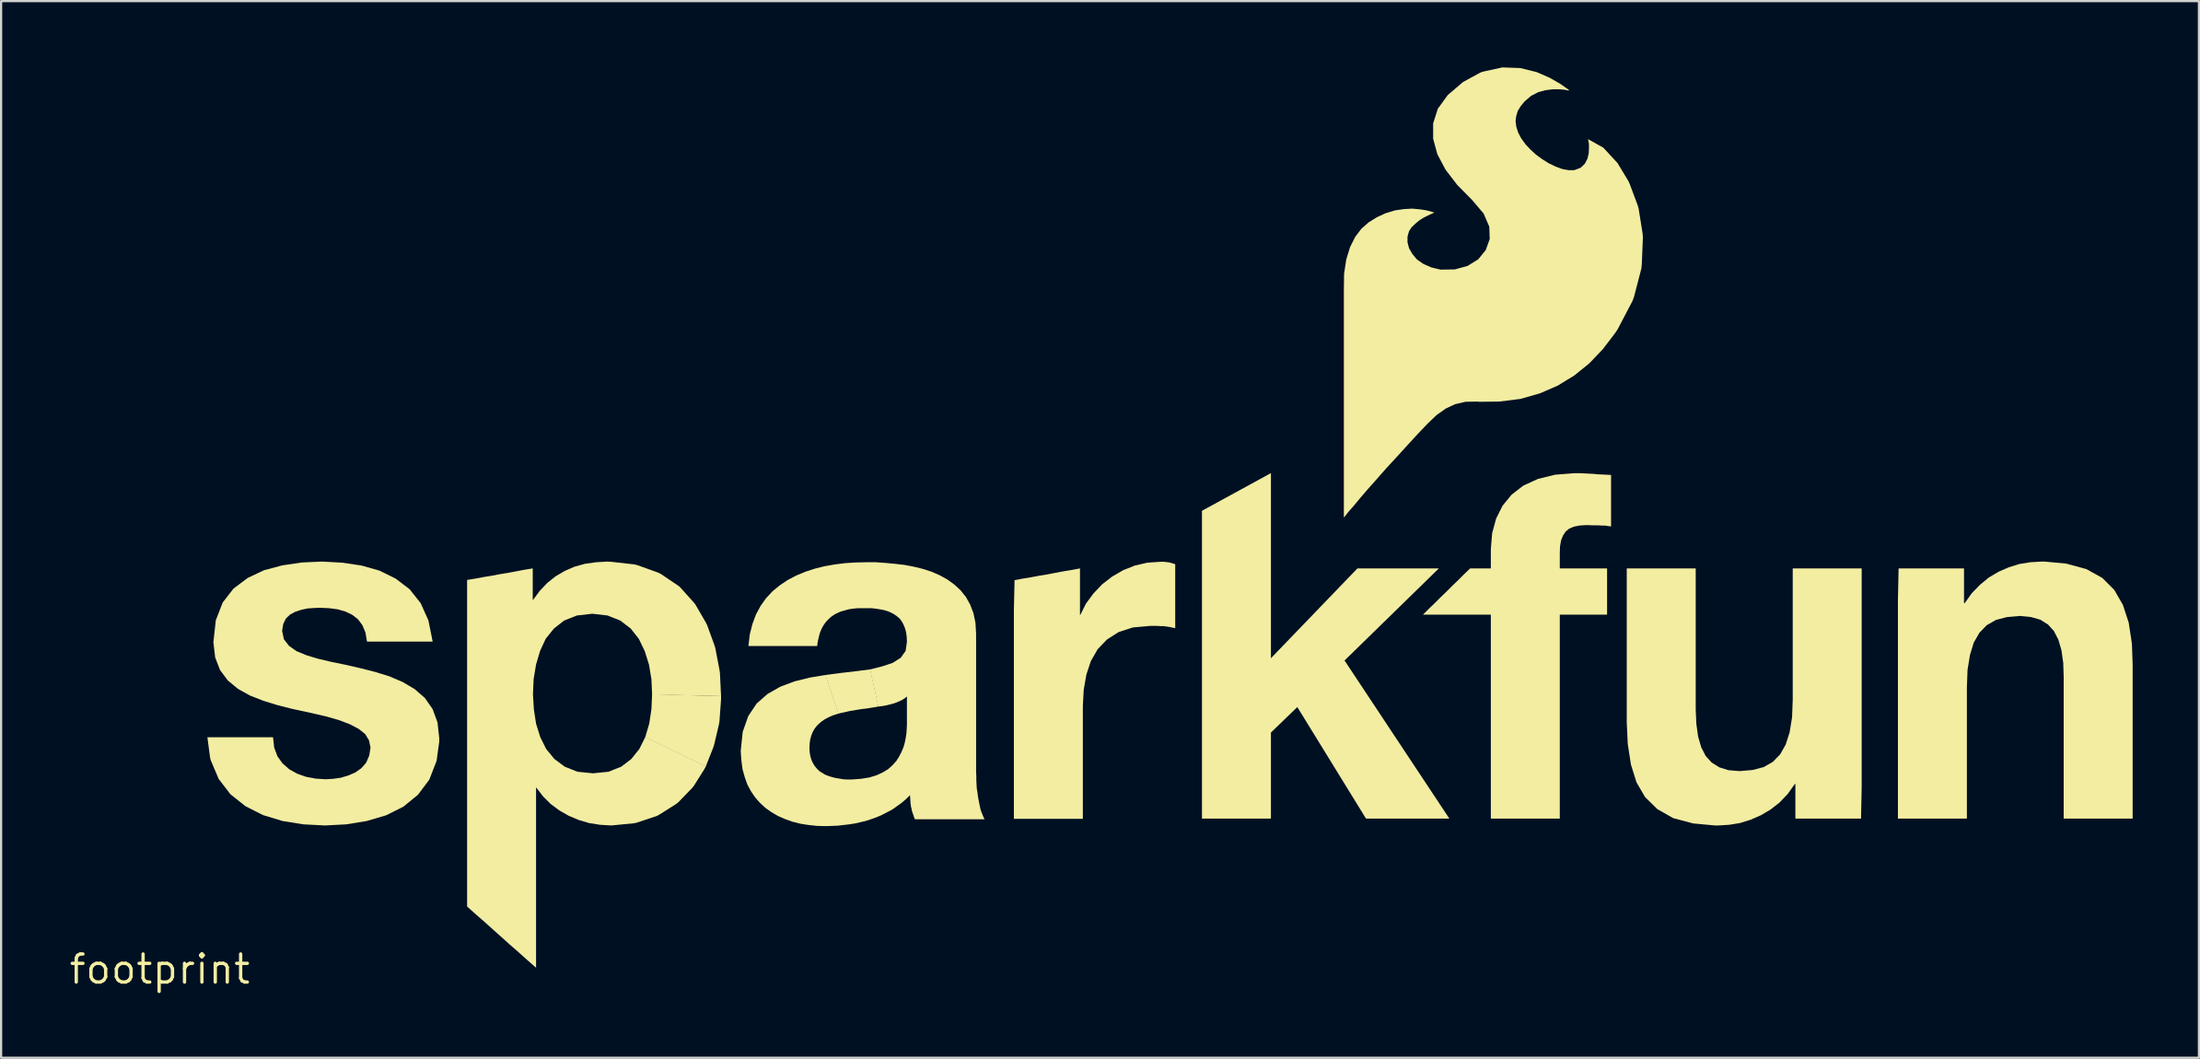
<source format=kicad_pcb>
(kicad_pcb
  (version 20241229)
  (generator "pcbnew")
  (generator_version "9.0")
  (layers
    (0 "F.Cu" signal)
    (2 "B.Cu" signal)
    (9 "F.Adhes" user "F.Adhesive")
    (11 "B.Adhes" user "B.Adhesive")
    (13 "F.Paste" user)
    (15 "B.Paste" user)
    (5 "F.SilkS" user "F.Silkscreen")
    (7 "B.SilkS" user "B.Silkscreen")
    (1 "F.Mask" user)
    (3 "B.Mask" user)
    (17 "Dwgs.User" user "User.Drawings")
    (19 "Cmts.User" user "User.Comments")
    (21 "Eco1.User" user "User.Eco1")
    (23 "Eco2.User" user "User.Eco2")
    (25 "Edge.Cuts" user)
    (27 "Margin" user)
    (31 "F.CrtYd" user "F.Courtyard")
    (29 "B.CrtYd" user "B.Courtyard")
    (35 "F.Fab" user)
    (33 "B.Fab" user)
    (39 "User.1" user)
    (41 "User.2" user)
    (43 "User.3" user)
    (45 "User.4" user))
  (footprint "footprint"
    (layer "F.Cu")
    (at 4.18 40.805)
    (property "Reference" "footprint" (at 0 0 0) (layer "F.SilkS") (effects (font (size 1.27 1.27) (thickness 0.15))))
    (fp_poly (pts (xy 25.395 -12.355) (xy 25.395 -12.21) (xy 25.325 -11.239) (xy 25.305 -11.099) (xy 25.085 -10.169) (xy 25.045 -10.038) (xy 24.703 -9.173) (xy 21.964 -10.497) (xy 22.145 -11.111) (xy 22.245 -11.76) (xy 22.275 -12.445)) (stroke (width 0) (type solid)) (fill yes) (layer "F.SilkS"))
    (fp_poly (pts (xy 50.275 -14.072) (xy 54.188 -18.135) (xy 57.872 -18.135) (xy 53.606 -13.969) (xy 58.349 -6.815) (xy 54.577 -6.815) (xy 51.469 -11.862) (xy 50.275 -10.708) (xy 50.275 -6.815) (xy 47.155 -6.815) (xy 47.155 -20.743) (xy 50.275 -22.448)) (stroke (width 0) (type solid)) (fill yes) (layer "F.SilkS"))
    (fp_poly (pts (xy 32.516 -11.886) (xy 32.331 -11.855) (xy 32.151 -11.825) (xy 31.971 -11.795) (xy 31.781 -11.775) (xy 31.591 -11.745) (xy 31.231 -11.685) (xy 30.871 -11.605) (xy 30.697 -11.564) (xy 30.113 -13.314) (xy 30.819 -13.405) (xy 31.499 -13.485) (xy 32.144 -13.566)) (stroke (width 0) (type solid)) (fill yes) (layer "F.SilkS"))
    (fp_poly (pts (xy 45.521 -18.425) (xy 45.611 -18.415) (xy 45.691 -18.405) (xy 45.781 -18.375) (xy 45.861 -18.355) (xy 45.945 -18.323) (xy 45.945 -15.434) (xy 45.829 -15.455) (xy 45.699 -15.485) (xy 45.42 -15.525) (xy 45.27 -15.525) (xy 45.12 -15.535) (xy 44.82 -15.535) (xy 44.031 -15.465) (xy 43.382 -15.255) (xy 42.853 -14.916) (xy 42.434 -14.477) (xy 42.125 -13.938) (xy 41.925 -13.329) (xy 41.805 -12.649) (xy 41.765 -11.91) (xy 41.765 -6.805) (xy 38.645 -6.805) (xy 38.645 -16.25) (xy 38.675 -17.604) (xy 39.049 -17.675) (xy 39.419 -17.735) (xy 39.789 -17.805) (xy 40.159 -17.865) (xy 40.519 -17.935) (xy 40.889 -18.005) (xy 41.259 -18.065) (xy 41.635 -18.136) (xy 41.635 -16.025) (xy 41.647 -16.025) (xy 41.906 -16.543) (xy 42.246 -17.003) (xy 42.637 -17.414) (xy 43.087 -17.764) (xy 43.588 -18.055) (xy 44.119 -18.265) (xy 44.679 -18.395) (xy 45.26 -18.435) (xy 45.44 -18.435)) (stroke (width 0) (type solid)) (fill yes) (layer "F.SilkS"))
    (fp_poly (pts (xy 69.495 -11.74) (xy 69.525 -11.09) (xy 69.605 -10.521) (xy 69.745 -10.042) (xy 69.944 -9.653) (xy 70.213 -9.354) (xy 70.562 -9.135) (xy 70.981 -9.005) (xy 71.48 -8.965) (xy 72.069 -9.015) (xy 72.568 -9.145) (xy 72.987 -9.384) (xy 73.316 -9.723) (xy 73.565 -10.162) (xy 73.745 -10.721) (xy 73.855 -11.4) (xy 73.885 -12.2) (xy 73.885 -18.135) (xy 77.005 -18.135) (xy 77.005 -8.23) (xy 76.975 -6.815) (xy 74.005 -6.815) (xy 74.005 -8.385) (xy 73.983 -8.385) (xy 73.664 -7.937) (xy 73.293 -7.546) (xy 72.883 -7.226) (xy 72.442 -6.966) (xy 71.982 -6.765) (xy 71.501 -6.615) (xy 71.011 -6.535) (xy 70.52 -6.505) (xy 70.37 -6.505) (xy 69.389 -6.595) (xy 68.478 -6.835) (xy 67.757 -7.246) (xy 67.206 -7.787) (xy 66.815 -8.458) (xy 66.565 -9.259) (xy 66.425 -10.159) (xy 66.415 -10.29) (xy 66.375 -11.17) (xy 66.375 -18.135) (xy 69.495 -18.135)) (stroke (width 0) (type solid)) (fill yes) (layer "F.SilkS"))
    (fp_poly (pts (xy 86.251 -18.355) (xy 87.172 -18.105) (xy 87.893 -17.704) (xy 88.434 -17.163) (xy 88.825 -16.482) (xy 89.085 -15.691) (xy 89.225 -14.781) (xy 89.235 -14.66) (xy 89.265 -13.78) (xy 89.265 -6.815) (xy 86.145 -6.815) (xy 86.145 -13.21) (xy 86.125 -13.86) (xy 86.045 -14.429) (xy 85.905 -14.908) (xy 85.706 -15.297) (xy 85.437 -15.596) (xy 85.088 -15.815) (xy 84.669 -15.935) (xy 84.16 -15.985) (xy 83.581 -15.935) (xy 83.082 -15.805) (xy 82.663 -15.566) (xy 82.334 -15.227) (xy 82.075 -14.778) (xy 81.905 -14.219) (xy 81.795 -13.549) (xy 81.765 -12.75) (xy 81.765 -6.815) (xy 78.645 -6.815) (xy 78.645 -16.72) (xy 78.675 -18.135) (xy 81.635 -18.135) (xy 81.635 -16.565) (xy 81.667 -16.565) (xy 81.986 -17.013) (xy 82.357 -17.394) (xy 82.757 -17.724) (xy 83.198 -17.984) (xy 83.658 -18.185) (xy 84.139 -18.335) (xy 84.629 -18.415) (xy 85.13 -18.445) (xy 85.28 -18.445)) (stroke (width 0) (type solid)) (fill yes) (layer "F.SilkS"))
    (fp_poly (pts (xy 64.43 -22.435) (xy 64.64 -22.425) (xy 64.85 -22.415) (xy 65.05 -22.395) (xy 65.26 -22.385) (xy 65.46 -22.375) (xy 65.665 -22.365) (xy 65.665 -20.034) (xy 65.519 -20.055) (xy 65.38 -20.075) (xy 65.23 -20.075) (xy 65.09 -20.085) (xy 64.8 -20.085) (xy 64.66 -20.095) (xy 64.52 -20.095) (xy 64.231 -20.075) (xy 63.981 -20.025) (xy 63.773 -19.936) (xy 63.614 -19.807) (xy 63.494 -19.628) (xy 63.405 -19.409) (xy 63.355 -19.129) (xy 63.345 -18.81) (xy 63.345 -18.135) (xy 65.485 -18.135) (xy 65.485 -16.045) (xy 63.345 -16.045) (xy 63.345 -6.815) (xy 60.225 -6.815) (xy 60.225 -16.045) (xy 57.158 -16.045) (xy 57.426 -16.314) (xy 57.696 -16.574) (xy 57.956 -16.834) (xy 58.226 -17.094) (xy 58.486 -17.354) (xy 58.756 -17.614) (xy 59.016 -17.874) (xy 59.288 -18.135) (xy 60.225 -18.135) (xy 60.225 -19) (xy 60.285 -19.731) (xy 60.465 -20.392) (xy 60.756 -20.973) (xy 61.166 -21.474) (xy 61.697 -21.884) (xy 62.358 -22.185) (xy 63.129 -22.375) (xy 64.02 -22.445) (xy 64.22 -22.445)) (stroke (width 0) (type solid)) (fill yes) (layer "F.SilkS"))
    (fp_poly (pts (xy 20.42 -18.435) (xy 21.491 -18.315) (xy 21.632 -18.275) (xy 22.552 -17.945) (xy 22.673 -17.884) (xy 23.443 -17.364) (xy 23.543 -17.284) (xy 24.154 -16.603) (xy 24.234 -16.503) (xy 24.704 -15.692) (xy 24.765 -15.572) (xy 25.095 -14.662) (xy 25.135 -14.531) (xy 25.325 -13.541) (xy 25.345 -13.4) (xy 25.395 -12.355) (xy 22.275 -12.435) (xy 22.245 -13.119) (xy 22.135 -13.779) (xy 21.945 -14.388) (xy 21.676 -14.947) (xy 21.306 -15.416) (xy 20.838 -15.776) (xy 20.259 -16.005) (xy 19.57 -16.085) (xy 18.871 -16.005) (xy 18.293 -15.776) (xy 17.834 -15.416) (xy 17.464 -14.957) (xy 17.205 -14.398) (xy 17.025 -13.789) (xy 16.915 -13.129) (xy 16.885 -12.44) (xy 16.925 -11.761) (xy 17.025 -11.111) (xy 17.215 -10.502) (xy 17.484 -9.963) (xy 17.853 -9.514) (xy 18.322 -9.164) (xy 18.901 -8.935) (xy 19.6 -8.865) (xy 20.299 -8.935) (xy 20.878 -9.164) (xy 21.336 -9.514) (xy 21.696 -9.963) (xy 21.968 -10.507) (xy 24.707 -9.182) (xy 24.644 -9.058) (xy 24.164 -8.297) (xy 24.084 -8.197) (xy 23.463 -7.556) (xy 23.363 -7.476) (xy 22.603 -6.996) (xy 22.492 -6.935) (xy 21.591 -6.635) (xy 21.461 -6.605) (xy 20.43 -6.505) (xy 19.919 -6.535) (xy 19.419 -6.615) (xy 18.948 -6.755) (xy 18.498 -6.946) (xy 18.077 -7.186) (xy 17.687 -7.476) (xy 17.336 -7.827) (xy 17.038 -8.215) (xy 17.025 -8.215) (xy 17.025 -0.069) (xy 16.627 -0.416) (xy 16.237 -0.766) (xy 15.847 -1.106) (xy 15.457 -1.456) (xy 15.077 -1.796) (xy 14.687 -2.146) (xy 14.297 -2.486) (xy 13.905 -2.838) (xy 13.905 -17.614) (xy 14.279 -17.675) (xy 14.649 -17.745) (xy 15.019 -17.805) (xy 15.389 -17.875) (xy 15.759 -17.935) (xy 16.129 -18.005) (xy 16.499 -18.075) (xy 16.875 -18.136) (xy 16.875 -16.695) (xy 16.877 -16.695) (xy 17.186 -17.113) (xy 17.537 -17.484) (xy 17.917 -17.784) (xy 18.328 -18.024) (xy 18.768 -18.215) (xy 19.239 -18.345) (xy 19.74 -18.415) (xy 20.25 -18.445)) (stroke (width 0) (type solid)) (fill yes) (layer "F.SilkS"))
    (fp_poly (pts (xy 8.261 -18.395) (xy 9.131 -18.265) (xy 9.942 -18.035) (xy 10.673 -17.674) (xy 11.304 -17.194) (xy 11.804 -16.563) (xy 12.155 -15.782) (xy 12.346 -14.825) (xy 9.376 -14.825) (xy 9.305 -15.239) (xy 9.166 -15.568) (xy 8.966 -15.836) (xy 8.707 -16.036) (xy 8.398 -16.185) (xy 8.049 -16.285) (xy 7.67 -16.335) (xy 7.26 -16.355) (xy 6.99 -16.345) (xy 6.691 -16.325) (xy 6.411 -16.265) (xy 6.132 -16.175) (xy 5.893 -16.046) (xy 5.704 -15.867) (xy 5.585 -15.618) (xy 5.535 -15.31) (xy 5.615 -14.932) (xy 5.844 -14.634) (xy 6.182 -14.394) (xy 6.642 -14.205) (xy 7.171 -14.045) (xy 7.771 -13.905) (xy 8.401 -13.775) (xy 9.061 -13.625) (xy 9.731 -13.455) (xy 10.382 -13.255) (xy 10.992 -12.994) (xy 11.533 -12.674) (xy 11.994 -12.273) (xy 12.344 -11.772) (xy 12.565 -11.171) (xy 12.645 -10.45) (xy 12.645 -10.31) (xy 12.525 -9.429) (xy 12.194 -8.578) (xy 11.684 -7.897) (xy 11.023 -7.356) (xy 10.242 -6.965) (xy 9.361 -6.705) (xy 8.431 -6.555) (xy 7.48 -6.505) (xy 6.499 -6.555) (xy 5.559 -6.705) (xy 4.668 -6.975) (xy 3.877 -7.376) (xy 3.196 -7.916) (xy 2.666 -8.607) (xy 2.305 -9.458) (xy 2.275 -9.579) (xy 2.154 -10.495) (xy 5.124 -10.495) (xy 5.175 -10.031) (xy 5.324 -9.632) (xy 5.554 -9.313) (xy 5.863 -9.044) (xy 6.222 -8.845) (xy 6.621 -8.705) (xy 7.051 -8.625) (xy 7.5 -8.595) (xy 7.839 -8.615) (xy 8.189 -8.665) (xy 8.528 -8.765) (xy 8.848 -8.904) (xy 9.117 -9.094) (xy 9.336 -9.343) (xy 9.475 -9.661) (xy 9.535 -10.03) (xy 9.465 -10.358) (xy 9.296 -10.637) (xy 8.997 -10.876) (xy 8.598 -11.085) (xy 8.098 -11.275) (xy 7.499 -11.445) (xy 6.799 -11.605) (xy 6.009 -11.775) (xy 5.339 -11.945) (xy 4.688 -12.145) (xy 4.078 -12.385) (xy 3.537 -12.686) (xy 3.076 -13.067) (xy 2.726 -13.538) (xy 2.505 -14.109) (xy 2.425 -14.8) (xy 2.535 -15.791) (xy 2.846 -16.592) (xy 3.336 -17.224) (xy 3.977 -17.704) (xy 4.718 -18.055) (xy 5.549 -18.275) (xy 6.44 -18.405) (xy 7.35 -18.445)) (stroke (width 0) (type solid)) (fill yes) (layer "F.SilkS"))
    (fp_poly (pts (xy 61.561 -40.775) (xy 62.292 -40.595) (xy 62.892 -40.334) (xy 63.363 -40.064) (xy 63.663 -39.854) (xy 63.785 -39.765) (xy 63.71 -39.765) (xy 63.559 -39.795) (xy 63.32 -39.815) (xy 63.03 -39.815) (xy 62.711 -39.775) (xy 62.372 -39.685) (xy 62.043 -39.516) (xy 61.744 -39.257) (xy 61.574 -39.047) (xy 61.445 -38.838) (xy 61.375 -38.609) (xy 61.345 -38.38) (xy 61.375 -38.131) (xy 61.455 -37.872) (xy 61.594 -37.603) (xy 61.804 -37.313) (xy 62.023 -37.084) (xy 62.273 -36.854) (xy 62.563 -36.644) (xy 62.852 -36.464) (xy 63.162 -36.315) (xy 63.461 -36.205) (xy 63.74 -36.155) (xy 63.999 -36.155) (xy 64.287 -36.264) (xy 64.476 -36.443) (xy 64.595 -36.672) (xy 64.655 -36.911) (xy 64.665 -37.15) (xy 64.665 -37.349) (xy 64.635 -37.489) (xy 64.635 -37.538) (xy 64.601 -37.572) (xy 65.313 -37.174) (xy 65.954 -36.483) (xy 66.444 -35.672) (xy 66.505 -35.542) (xy 66.875 -34.552) (xy 66.915 -34.401) (xy 67.095 -33.271) (xy 67.105 -33.1) (xy 67.055 -31.88) (xy 67.035 -31.699) (xy 66.705 -30.429) (xy 66.635 -30.238) (xy 65.964 -28.957) (xy 65.844 -28.777) (xy 65.294 -28.057) (xy 64.683 -27.416) (xy 64.003 -26.866) (xy 63.252 -26.406) (xy 62.442 -26.055) (xy 61.561 -25.805) (xy 60.61 -25.685) (xy 59.72 -25.675) (xy 59.59 -25.685) (xy 59.071 -25.675) (xy 58.602 -25.565) (xy 58.183 -25.366) (xy 57.773 -25.076) (xy 57.374 -24.696) (xy 56.954 -24.257) (xy 56.494 -23.757) (xy 55.984 -23.197) (xy 55.504 -22.677) (xy 55.064 -22.177) (xy 54.654 -21.717) (xy 54.294 -21.297) (xy 54.004 -20.947) (xy 53.774 -20.687) (xy 53.634 -20.507) (xy 53.575 -20.436) (xy 53.575 -30.7) (xy 53.585 -31.47) (xy 53.685 -32.121) (xy 53.855 -32.672) (xy 54.086 -33.133) (xy 54.366 -33.503) (xy 54.697 -33.794) (xy 55.068 -34.024) (xy 55.458 -34.205) (xy 55.889 -34.335) (xy 56.3 -34.395) (xy 56.67 -34.415) (xy 57.001 -34.385) (xy 57.271 -34.345) (xy 57.481 -34.295) (xy 57.612 -34.255) (xy 57.676 -34.229) (xy 57.622 -34.215) (xy 57.512 -34.165) (xy 57.362 -34.095) (xy 57.182 -34.006) (xy 56.993 -33.886) (xy 56.813 -33.736) (xy 56.644 -33.577) (xy 56.525 -33.398) (xy 56.455 -33.149) (xy 56.455 -32.891) (xy 56.525 -32.622) (xy 56.674 -32.363) (xy 56.883 -32.114) (xy 57.172 -31.914) (xy 57.532 -31.755) (xy 57.951 -31.655) (xy 58.599 -31.665) (xy 59.178 -31.825) (xy 59.657 -32.124) (xy 59.996 -32.542) (xy 60.175 -33.041) (xy 60.155 -33.599) (xy 59.896 -34.197) (xy 59.376 -34.807) (xy 58.706 -35.487) (xy 58.176 -36.177) (xy 57.805 -36.878) (xy 57.615 -37.579) (xy 57.615 -38.271) (xy 57.825 -38.932) (xy 58.276 -39.553) (xy 58.967 -40.144) (xy 59.758 -40.575) (xy 59.879 -40.615) (xy 60.75 -40.805)) (stroke (width 0) (type solid)) (fill yes) (layer "F.SilkS"))
    (fp_poly (pts (xy 32.82 -18.385) (xy 33.251 -18.345) (xy 33.691 -18.295) (xy 34.111 -18.215) (xy 34.521 -18.115) (xy 34.922 -17.985) (xy 35.292 -17.824) (xy 35.633 -17.634) (xy 35.953 -17.404) (xy 36.234 -17.143) (xy 36.474 -16.843) (xy 36.665 -16.502) (xy 36.815 -16.111) (xy 36.905 -15.681) (xy 36.935 -15.19) (xy 36.935 -8.92) (xy 36.945 -8.73) (xy 36.945 -8.55) (xy 36.955 -8.36) (xy 36.965 -8.181) (xy 36.995 -8.011) (xy 37.015 -7.841) (xy 37.045 -7.671) (xy 37.105 -7.371) (xy 37.135 -7.231) (xy 37.175 -7.112) (xy 37.225 -6.992) (xy 37.265 -6.892) (xy 37.318 -6.785) (xy 34.167 -6.785) (xy 34.135 -6.858) (xy 34.115 -6.919) (xy 34.095 -6.988) (xy 34.065 -7.058) (xy 34.045 -7.129) (xy 34.025 -7.189) (xy 34.015 -7.259) (xy 33.995 -7.329) (xy 33.985 -7.399) (xy 33.975 -7.469) (xy 33.965 -7.54) (xy 33.965 -7.61) (xy 33.955 -7.68) (xy 33.955 -7.75) (xy 33.945 -7.82) (xy 33.945 -7.878) (xy 33.763 -7.696) (xy 33.563 -7.526) (xy 33.353 -7.376) (xy 33.143 -7.226) (xy 32.912 -7.106) (xy 32.682 -6.985) (xy 32.452 -6.885) (xy 32.202 -6.795) (xy 31.961 -6.715) (xy 31.711 -6.655) (xy 31.451 -6.595) (xy 31.191 -6.555) (xy 30.931 -6.525) (xy 30.67 -6.495) (xy 30.41 -6.485) (xy 30.14 -6.475) (xy 29.74 -6.485) (xy 29.359 -6.525) (xy 28.979 -6.585) (xy 28.629 -6.675) (xy 28.288 -6.795) (xy 27.968 -6.936) (xy 27.677 -7.106) (xy 27.407 -7.296) (xy 27.156 -7.526) (xy 26.936 -7.777) (xy 26.746 -8.057) (xy 26.585 -8.358) (xy 26.465 -8.698) (xy 26.365 -9.059) (xy 26.315 -9.45) (xy 26.285 -9.87) (xy 26.375 -10.741) (xy 26.625 -11.452) (xy 27.006 -12.023) (xy 27.497 -12.454) (xy 28.078 -12.785) (xy 28.719 -13.025) (xy 29.409 -13.195) (xy 30.123 -13.316) (xy 30.706 -11.567) (xy 30.542 -11.515) (xy 30.382 -11.455) (xy 30.232 -11.386) (xy 30.083 -11.306) (xy 29.953 -11.216) (xy 29.833 -11.116) (xy 29.724 -11.007) (xy 29.624 -10.877) (xy 29.545 -10.738) (xy 29.485 -10.588) (xy 29.435 -10.419) (xy 29.405 -10.229) (xy 29.395 -10.02) (xy 29.405 -9.821) (xy 29.435 -9.641) (xy 29.485 -9.472) (xy 29.554 -9.322) (xy 29.634 -9.193) (xy 29.734 -9.073) (xy 29.843 -8.964) (xy 30.102 -8.804) (xy 30.252 -8.745) (xy 30.411 -8.695) (xy 30.571 -8.655) (xy 30.751 -8.625) (xy 30.921 -8.595) (xy 31.11 -8.585) (xy 31.3 -8.585) (xy 31.719 -8.615) (xy 32.099 -8.675) (xy 32.428 -8.775) (xy 32.708 -8.904) (xy 32.957 -9.054) (xy 33.156 -9.234) (xy 33.326 -9.423) (xy 33.456 -9.632) (xy 33.565 -9.842) (xy 33.655 -10.062) (xy 33.715 -10.281) (xy 33.755 -10.491) (xy 33.785 -10.691) (xy 33.795 -10.88) (xy 33.805 -11.05) (xy 33.805 -12.34) (xy 33.713 -12.266) (xy 33.592 -12.186) (xy 33.462 -12.125) (xy 33.322 -12.065) (xy 33.171 -12.015) (xy 33.021 -11.975) (xy 32.851 -11.935) (xy 32.681 -11.905) (xy 32.506 -11.885) (xy 32.134 -13.564) (xy 32.689 -13.705) (xy 33.168 -13.865) (xy 33.526 -14.094) (xy 33.745 -14.402) (xy 33.805 -14.81) (xy 33.795 -15.05) (xy 33.765 -15.259) (xy 33.715 -15.438) (xy 33.645 -15.608) (xy 33.566 -15.747) (xy 33.466 -15.877) (xy 33.347 -15.976) (xy 33.217 -16.066) (xy 33.068 -16.145) (xy 32.918 -16.205) (xy 32.749 -16.255) (xy 32.579 -16.285) (xy 32.389 -16.315) (xy 32.2 -16.335) (xy 31.58 -16.335) (xy 31.371 -16.315) (xy 31.171 -16.285) (xy 30.812 -16.185) (xy 30.652 -16.115) (xy 30.503 -16.036) (xy 30.363 -15.936) (xy 30.244 -15.826) (xy 30.134 -15.707) (xy 30.034 -15.567) (xy 29.945 -15.408) (xy 29.875 -15.238) (xy 29.825 -15.059) (xy 29.775 -14.849) (xy 29.744 -14.625) (xy 26.634 -14.625) (xy 26.695 -15.151) (xy 26.815 -15.621) (xy 26.975 -16.052) (xy 27.186 -16.443) (xy 27.436 -16.793) (xy 27.727 -17.104) (xy 28.057 -17.374) (xy 28.417 -17.614) (xy 28.798 -17.815) (xy 29.208 -17.985) (xy 29.639 -18.125) (xy 30.079 -18.235) (xy 30.539 -18.315) (xy 31.01 -18.375) (xy 31.48 -18.405) (xy 31.96 -18.415) (xy 32.39 -18.415)) (stroke (width 0) (type solid)) (fill yes) (layer "F.SilkS")))
  (gr_rect
    (start -3 -3)
    (end 96.445 44.811)
    (stroke (width 0.1) (type default))
    (fill no)
    (layer "Edge.Cuts")))
</source>
